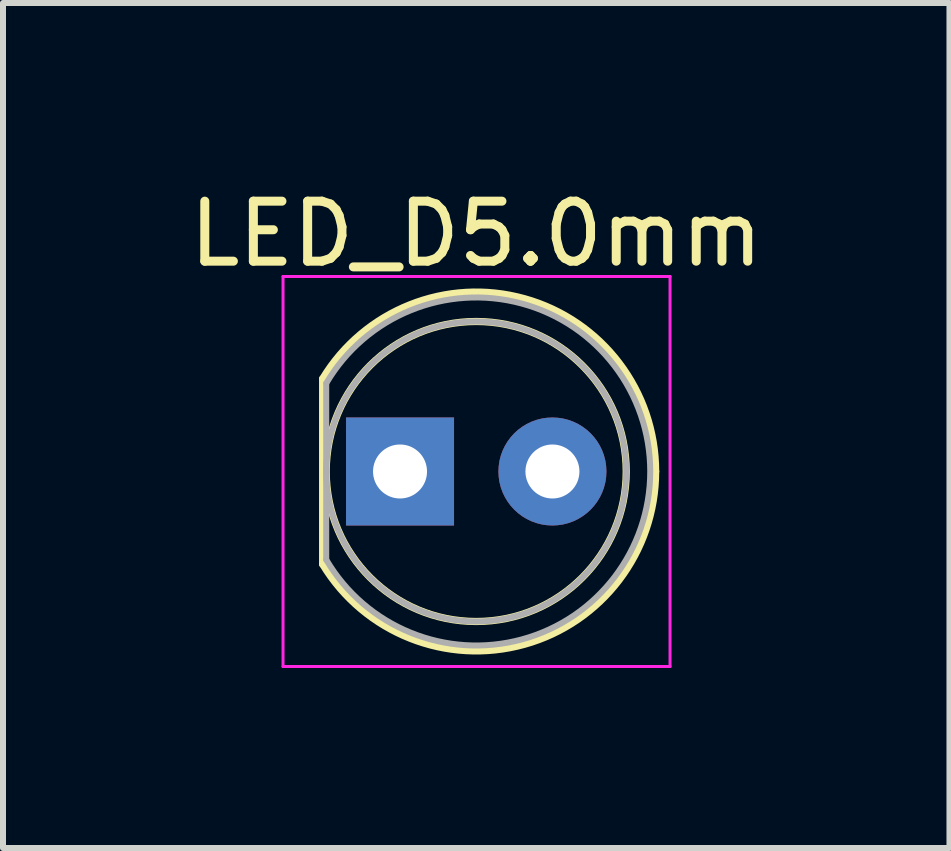
<source format=kicad_pcb>
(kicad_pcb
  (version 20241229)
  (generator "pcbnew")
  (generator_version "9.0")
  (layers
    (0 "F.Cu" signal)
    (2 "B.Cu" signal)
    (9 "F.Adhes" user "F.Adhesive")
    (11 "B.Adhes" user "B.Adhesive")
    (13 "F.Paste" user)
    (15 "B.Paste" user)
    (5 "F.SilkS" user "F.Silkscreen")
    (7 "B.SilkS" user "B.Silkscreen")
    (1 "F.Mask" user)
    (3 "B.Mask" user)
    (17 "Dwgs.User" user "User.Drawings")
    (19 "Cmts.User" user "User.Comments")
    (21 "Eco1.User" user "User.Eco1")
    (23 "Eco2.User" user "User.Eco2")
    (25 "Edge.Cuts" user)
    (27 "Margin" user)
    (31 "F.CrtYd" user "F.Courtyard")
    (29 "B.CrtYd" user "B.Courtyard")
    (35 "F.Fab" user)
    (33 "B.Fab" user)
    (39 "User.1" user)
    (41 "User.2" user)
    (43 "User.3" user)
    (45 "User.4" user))
  (footprint "LED_D5.0mm"
    (layer "F.Cu")
    (at 3.617 4.808)
    (property "Reference" "LED_D5.0mm" (at 1.27 -3.96 0) (layer "F.SilkS") (effects (font (size 1 1) (thickness 0.15))))
    (attr through_hole)
    (fp_line (start -1.29 -1.545) (end -1.29 1.545) (stroke (width 0.12) (type solid)) (layer "F.SilkS"))
    (fp_arc (start -1.29 -1.54483) (mid 2.072002 -2.880433) (end 4.26 0.000462) (stroke (width 0.12) (type solid)) (layer "F.SilkS"))
    (fp_arc (start 4.26 -0.000462) (mid 2.072002 2.880433) (end -1.29 1.54483) (stroke (width 0.12) (type solid)) (layer "F.SilkS"))
    (fp_circle (center 1.27 0) (end 3.77 0) (stroke (width 0.12) (type solid)) (fill no) (layer "F.SilkS"))
    (fp_line (start -1.95 -3.25) (end -1.95 3.25) (stroke (width 0.05) (type solid)) (layer "F.CrtYd"))
    (fp_line (start -1.95 3.25) (end 4.5 3.25) (stroke (width 0.05) (type solid)) (layer "F.CrtYd"))
    (fp_line (start 4.5 -3.25) (end -1.95 -3.25) (stroke (width 0.05) (type solid)) (layer "F.CrtYd"))
    (fp_line (start 4.5 3.25) (end 4.5 -3.25) (stroke (width 0.05) (type solid)) (layer "F.CrtYd"))
    (fp_line (start -1.23 -1.47) (end -1.23 1.47) (stroke (width 0.1) (type solid)) (layer "F.Fab"))
    (fp_arc (start -1.23 -1.469694) (mid 4.17 0.000016) (end -1.230016 1.469666) (stroke (width 0.1) (type solid)) (layer "F.Fab"))
    (fp_circle (center 1.27 0) (end 3.77 0) (stroke (width 0.1) (type solid)) (fill no) (layer "F.Fab"))
    (pad "1" thru_hole rect (at 0 0) (size 1.8 1.8) (drill 0.9) (layers "*.Cu" "*.Mask"))
    (pad "2" thru_hole circle (at 2.54 0) (size 1.8 1.8) (drill 0.9) (layers "*.Cu" "*.Mask")))
  (gr_rect
    (start -3 -3)
    (end 12.774 11.083)
    (stroke (width 0.1) (type default))
    (fill no)
    (layer "Edge.Cuts")))
</source>
